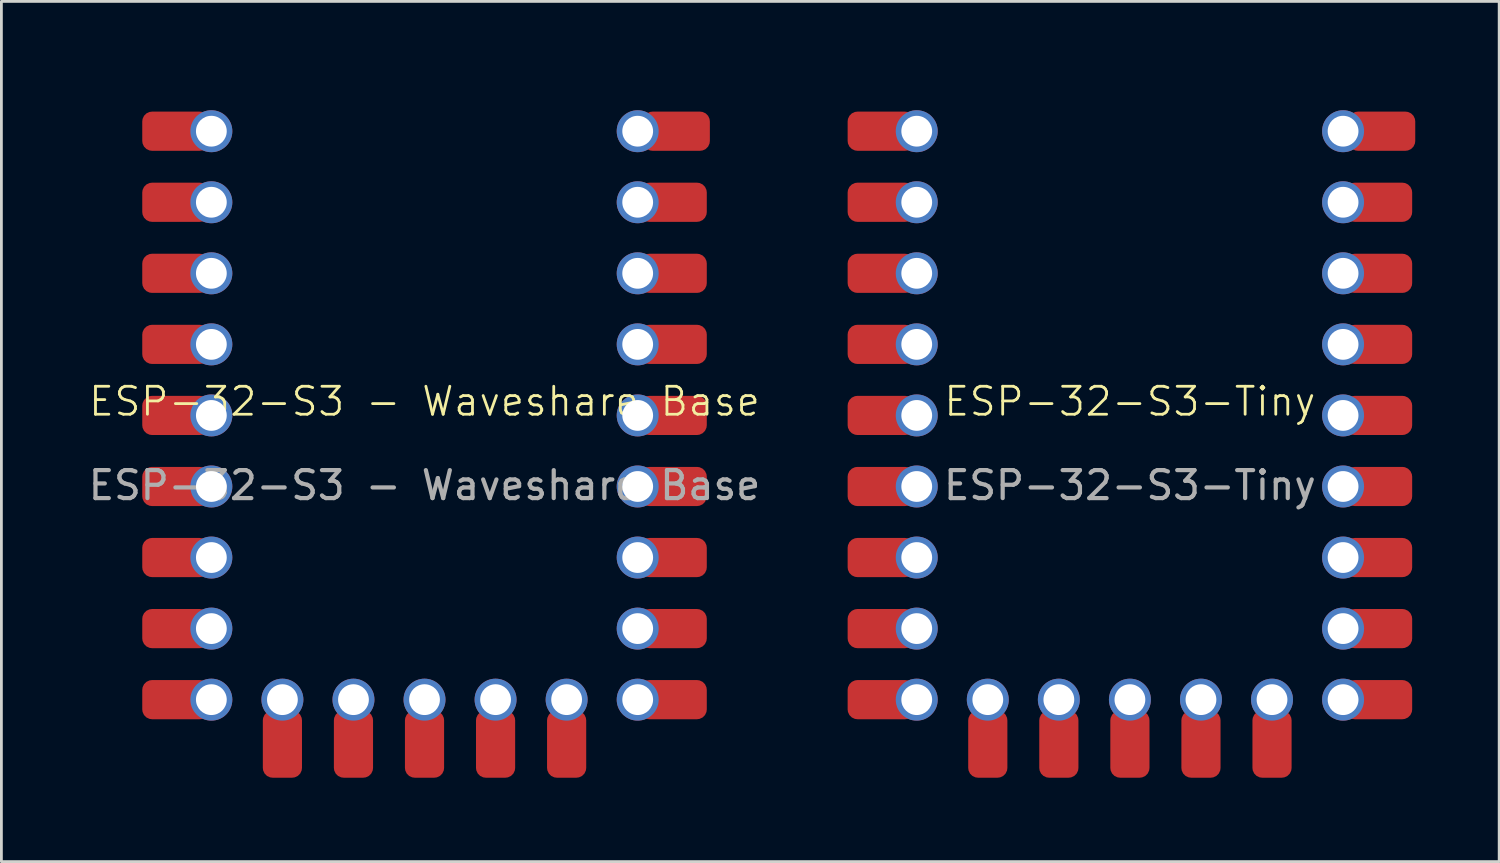
<source format=kicad_pcb>
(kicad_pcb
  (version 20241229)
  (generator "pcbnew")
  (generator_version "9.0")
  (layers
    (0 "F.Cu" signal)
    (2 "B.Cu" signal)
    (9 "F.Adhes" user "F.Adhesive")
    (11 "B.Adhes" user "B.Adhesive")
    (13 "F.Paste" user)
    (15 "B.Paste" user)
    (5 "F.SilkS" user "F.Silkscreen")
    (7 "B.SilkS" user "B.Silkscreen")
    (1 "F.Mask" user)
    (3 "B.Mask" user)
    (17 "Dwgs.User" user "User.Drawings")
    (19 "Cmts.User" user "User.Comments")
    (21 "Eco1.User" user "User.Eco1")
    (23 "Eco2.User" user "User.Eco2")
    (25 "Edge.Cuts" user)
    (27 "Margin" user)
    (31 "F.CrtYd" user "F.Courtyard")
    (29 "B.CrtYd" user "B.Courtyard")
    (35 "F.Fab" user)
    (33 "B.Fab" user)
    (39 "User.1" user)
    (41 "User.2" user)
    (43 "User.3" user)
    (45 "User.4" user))
  (footprint "ESP-32-S3-Tiny"
    (layer "F.Cu")
    (at 37.34 11.8)
    (property "Reference" "ESP-32-S3-Tiny" (at 0 -0.5 0) (unlocked yes) (layer "F.SilkS") (effects (font (size 1 1) (thickness 0.1))))
    (attr smd)
    (fp_rect (start -9 -11.75) (end 9 11.75) (stroke (width 0.1) (type solid)) (fill no) (layer "Margin"))
    (fp_text user "${REFERENCE}" (at 0 2.5 0) (unlocked yes) (layer "F.Fab") (effects (font (size 1 1) (thickness 0.15))))
    (pad "1" smd roundrect (at -8.89 -2.54) (size 2.4 1.4) (layers "F.Cu" "F.Mask" "F.Paste") (roundrect_rratio 0.25))
    (pad "1" thru_hole circle (at -7.62 -2.54) (size 1.5 1.5) (drill 1.1) (layers "*.Cu" "*.Mask"))
    (pad "2" smd roundrect (at -8.89 0) (size 2.4 1.4) (layers "F.Cu" "F.Mask" "F.Paste") (roundrect_rratio 0.25))
    (pad "2" thru_hole circle (at -7.62 0) (size 1.5 1.5) (drill 1.1) (layers "*.Cu" "*.Mask"))
    (pad "3" smd roundrect (at -8.89 2.54) (size 2.4 1.4) (layers "F.Cu" "F.Mask" "F.Paste") (roundrect_rratio 0.25))
    (pad "3" thru_hole circle (at -7.62 2.54) (size 1.5 1.5) (drill 1.1) (layers "*.Cu" "*.Mask"))
    (pad "3V3" smd roundrect (at -8.89 -5.08) (size 2.4 1.4) (layers "F.Cu" "F.Mask" "F.Paste") (roundrect_rratio 0.25))
    (pad "3V3" thru_hole circle (at -7.62 -5.08) (size 1.5 1.5) (drill 1.1) (layers "*.Cu" "*.Mask"))
    (pad "4" smd roundrect (at -8.89 5.08) (size 2.4 1.4) (layers "F.Cu" "F.Mask" "F.Paste") (roundrect_rratio 0.25))
    (pad "4" thru_hole circle (at -7.62 5.08) (size 1.5 1.5) (drill 1.1) (layers "*.Cu" "*.Mask"))
    (pad "5" smd roundrect (at -8.89 7.62) (size 2.4 1.4) (layers "F.Cu" "F.Mask" "F.Paste") (roundrect_rratio 0.25))
    (pad "5" thru_hole circle (at -7.62 7.62) (size 1.5 1.5) (drill 1.1) (layers "*.Cu" "*.Mask"))
    (pad "5V" smd roundrect (at -8.89 -10.16) (size 2.4 1.4) (layers "F.Cu" "F.Mask" "F.Paste") (roundrect_rratio 0.25))
    (pad "5V" thru_hole circle (at -7.62 -10.16) (size 1.5 1.5) (drill 1.1) (layers "*.Cu" "*.Mask"))
    (pad "6" smd roundrect (at -8.89 10.16) (size 2.4 1.4) (layers "F.Cu" "F.Mask" "F.Paste") (roundrect_rratio 0.25))
    (pad "6" thru_hole circle (at -7.62 10.16) (size 1.5 1.5) (drill 1.1) (layers "*.Cu" "*.Mask"))
    (pad "7" thru_hole circle (at -5.08 10.16) (size 1.5 1.5) (drill 1.1) (layers "*.Cu" "*.Mask"))
    (pad "7" smd roundrect (at -5.08 11.75 90) (size 2.4 1.4) (layers "F.Cu" "F.Mask" "F.Paste") (roundrect_rratio 0.25))
    (pad "8" thru_hole circle (at -2.54 10.16) (size 1.5 1.5) (drill 1.1) (layers "*.Cu" "*.Mask"))
    (pad "8" smd roundrect (at -2.54 11.75 90) (size 2.4 1.4) (layers "F.Cu" "F.Mask" "F.Paste") (roundrect_rratio 0.25))
    (pad "9" thru_hole circle (at 0 10.16) (size 1.5 1.5) (drill 1.1) (layers "*.Cu" "*.Mask"))
    (pad "9" smd roundrect (at 0 11.75 90) (size 2.4 1.4) (layers "F.Cu" "F.Mask" "F.Paste") (roundrect_rratio 0.25))
    (pad "10" thru_hole circle (at 2.54 10.16) (size 1.5 1.5) (drill 1.1) (layers "*.Cu" "*.Mask"))
    (pad "10" smd roundrect (at 2.54 11.75 90) (size 2.4 1.4) (layers "F.Cu" "F.Mask" "F.Paste") (roundrect_rratio 0.25))
    (pad "11" thru_hole circle (at 5.08 10.16) (size 1.5 1.5) (drill 1.1) (layers "*.Cu" "*.Mask"))
    (pad "11" smd roundrect (at 5.08 11.75 90) (size 2.4 1.4) (layers "F.Cu" "F.Mask" "F.Paste") (roundrect_rratio 0.25))
    (pad "12" thru_hole circle (at 7.62 10.16) (size 1.5 1.5) (drill 1.1) (layers "*.Cu" "*.Mask"))
    (pad "12" smd roundrect (at 8.89 10.16) (size 2.4 1.4) (layers "F.Cu" "F.Mask" "F.Paste") (roundrect_rratio 0.25))
    (pad "13" thru_hole circle (at 7.62 7.62) (size 1.5 1.5) (drill 1.1) (layers "*.Cu" "*.Mask"))
    (pad "13" smd roundrect (at 8.89 7.62) (size 2.4 1.4) (layers "F.Cu" "F.Mask" "F.Paste") (roundrect_rratio 0.25))
    (pad "14" thru_hole circle (at 7.62 5.08) (size 1.5 1.5) (drill 1.1) (layers "*.Cu" "*.Mask"))
    (pad "14" smd roundrect (at 8.89 5.08) (size 2.4 1.4) (layers "F.Cu" "F.Mask" "F.Paste") (roundrect_rratio 0.25))
    (pad "15" thru_hole circle (at 7.62 2.54) (size 1.5 1.5) (drill 1.1) (layers "*.Cu" "*.Mask"))
    (pad "15" smd roundrect (at 8.89 2.54) (size 2.4 1.4) (layers "F.Cu" "F.Mask" "F.Paste") (roundrect_rratio 0.25))
    (pad "16" thru_hole circle (at 7.62 0) (size 1.5 1.5) (drill 1.1) (layers "*.Cu" "*.Mask"))
    (pad "16" smd roundrect (at 8.89 0) (size 2.4 1.4) (layers "F.Cu" "F.Mask" "F.Paste") (roundrect_rratio 0.25))
    (pad "17" thru_hole circle (at 7.62 -2.54) (size 1.5 1.5) (drill 1.1) (layers "*.Cu" "*.Mask"))
    (pad "17" smd roundrect (at 8.89 -2.54) (size 2.4 1.4) (layers "F.Cu" "F.Mask" "F.Paste") (roundrect_rratio 0.25))
    (pad "18" thru_hole circle (at 7.62 -5.08) (size 1.5 1.5) (drill 1.1) (layers "*.Cu" "*.Mask"))
    (pad "18" smd roundrect (at 8.89 -5.08) (size 2.4 1.4) (layers "F.Cu" "F.Mask" "F.Paste") (roundrect_rratio 0.25))
    (pad "GND" smd roundrect (at -8.89 -7.62) (size 2.4 1.4) (layers "F.Cu" "F.Mask" "F.Paste") (roundrect_rratio 0.25))
    (pad "GND" thru_hole circle (at -7.62 -7.62) (size 1.5 1.5) (drill 1.1) (layers "*.Cu" "*.Mask"))
    (pad "RX" thru_hole circle (at 7.62 -7.62) (size 1.5 1.5) (drill 1.1) (layers "*.Cu" "*.Mask"))
    (pad "RX" smd roundrect (at 8.89 -7.62) (size 2.4 1.4) (layers "F.Cu" "F.Mask" "F.Paste") (roundrect_rratio 0.25))
    (pad "TX" thru_hole circle (at 7.62 -10.16) (size 1.5 1.5) (drill 1.1) (layers "*.Cu" "*.Mask"))
    (pad "TX" smd roundrect (at 9 -10.16) (size 2.4 1.4) (layers "F.Cu" "F.Mask" "F.Paste") (roundrect_rratio 0.25)))
  (footprint "ESP-32-S3 - Waveshare Base"
    (layer "F.Cu")
    (at 12.125 11.8)
    (property "Reference" "ESP-32-S3 - Waveshare Base" (at 0 -0.5 0) (unlocked yes) (layer "F.SilkS") (effects (font (size 1 1) (thickness 0.1))))
    (attr smd)
    (fp_rect (start -9 -11.75) (end 9 11.75) (stroke (width 0.1) (type solid)) (fill no) (layer "Margin"))
    (fp_text user "${REFERENCE}" (at 0 2.5 0) (unlocked yes) (layer "F.Fab") (effects (font (size 1 1) (thickness 0.15))))
    (pad "1" smd roundrect (at -8.89 -2.54) (size 2.4 1.4) (layers "F.Cu" "F.Mask" "F.Paste") (roundrect_rratio 0.25))
    (pad "2" smd roundrect (at -8.89 0) (size 2.4 1.4) (layers "F.Cu" "F.Mask" "F.Paste") (roundrect_rratio 0.25))
    (pad "3" smd roundrect (at -8.89 2.54) (size 2.4 1.4) (layers "F.Cu" "F.Mask" "F.Paste") (roundrect_rratio 0.25))
    (pad "3V3" smd roundrect (at -8.89 -5.08) (size 2.4 1.4) (layers "F.Cu" "F.Mask" "F.Paste") (roundrect_rratio 0.25))
    (pad "4" smd roundrect (at -8.89 5.08) (size 2.4 1.4) (layers "F.Cu" "F.Mask" "F.Paste") (roundrect_rratio 0.25))
    (pad "5" smd roundrect (at -8.89 7.62) (size 2.4 1.4) (layers "F.Cu" "F.Mask" "F.Paste") (roundrect_rratio 0.25))
    (pad "5V" smd roundrect (at -8.89 -10.16) (size 2.4 1.4) (layers "F.Cu" "F.Mask" "F.Paste") (roundrect_rratio 0.25))
    (pad "6" smd roundrect (at -8.89 10.16) (size 2.4 1.4) (layers "F.Cu" "F.Mask" "F.Paste") (roundrect_rratio 0.25))
    (pad "6" thru_hole circle (at -7.62 -10.16) (size 1.5 1.5) (drill 1.1) (layers "*.Cu" "*.Mask"))
    (pad "6" thru_hole circle (at -7.62 -7.62) (size 1.5 1.5) (drill 1.1) (layers "*.Cu" "*.Mask"))
    (pad "6" thru_hole circle (at -7.62 -5.08) (size 1.5 1.5) (drill 1.1) (layers "*.Cu" "*.Mask"))
    (pad "6" thru_hole circle (at -7.62 -2.54) (size 1.5 1.5) (drill 1.1) (layers "*.Cu" "*.Mask"))
    (pad "6" thru_hole circle (at -7.62 0) (size 1.5 1.5) (drill 1.1) (layers "*.Cu" "*.Mask"))
    (pad "6" thru_hole circle (at -7.62 2.54) (size 1.5 1.5) (drill 1.1) (layers "*.Cu" "*.Mask"))
    (pad "6" thru_hole circle (at -7.62 5.08) (size 1.5 1.5) (drill 1.1) (layers "*.Cu" "*.Mask"))
    (pad "6" thru_hole circle (at -7.62 7.62) (size 1.5 1.5) (drill 1.1) (layers "*.Cu" "*.Mask"))
    (pad "6" thru_hole circle (at -7.62 10.16) (size 1.5 1.5) (drill 1.1) (layers "*.Cu" "*.Mask"))
    (pad "6" thru_hole circle (at -5.08 10.16) (size 1.5 1.5) (drill 1.1) (layers "*.Cu" "*.Mask"))
    (pad "6" thru_hole circle (at -2.54 10.16) (size 1.5 1.5) (drill 1.1) (layers "*.Cu" "*.Mask"))
    (pad "6" thru_hole circle (at 0 10.16) (size 1.5 1.5) (drill 1.1) (layers "*.Cu" "*.Mask"))
    (pad "6" thru_hole circle (at 2.54 10.16) (size 1.5 1.5) (drill 1.1) (layers "*.Cu" "*.Mask"))
    (pad "6" thru_hole circle (at 5.08 10.16) (size 1.5 1.5) (drill 1.1) (layers "*.Cu" "*.Mask"))
    (pad "6" thru_hole circle (at 7.62 -10.16) (size 1.5 1.5) (drill 1.1) (layers "*.Cu" "*.Mask"))
    (pad "6" thru_hole circle (at 7.62 -7.62) (size 1.5 1.5) (drill 1.1) (layers "*.Cu" "*.Mask"))
    (pad "6" thru_hole circle (at 7.62 -5.08) (size 1.5 1.5) (drill 1.1) (layers "*.Cu" "*.Mask"))
    (pad "6" thru_hole circle (at 7.62 -2.54) (size 1.5 1.5) (drill 1.1) (layers "*.Cu" "*.Mask"))
    (pad "6" thru_hole circle (at 7.62 0) (size 1.5 1.5) (drill 1.1) (layers "*.Cu" "*.Mask"))
    (pad "6" thru_hole circle (at 7.62 2.54) (size 1.5 1.5) (drill 1.1) (layers "*.Cu" "*.Mask"))
    (pad "6" thru_hole circle (at 7.62 5.08) (size 1.5 1.5) (drill 1.1) (layers "*.Cu" "*.Mask"))
    (pad "6" thru_hole circle (at 7.62 7.62) (size 1.5 1.5) (drill 1.1) (layers "*.Cu" "*.Mask"))
    (pad "6" thru_hole circle (at 7.62 10.16) (size 1.5 1.5) (drill 1.1) (layers "*.Cu" "*.Mask"))
    (pad "GND" smd roundrect (at -8.89 -7.62) (size 2.4 1.4) (layers "F.Cu" "F.Mask" "F.Paste") (roundrect_rratio 0.25))
    (pad "RX" smd roundrect (at 8.89 -7.62) (size 2.4 1.4) (layers "F.Cu" "F.Mask" "F.Paste") (roundrect_rratio 0.25))
    (pad "TX" smd roundrect (at -5.08 11.75 90) (size 2.4 1.4) (layers "F.Cu" "F.Mask" "F.Paste") (roundrect_rratio 0.25))
    (pad "TX" smd roundrect (at -2.54 11.75 90) (size 2.4 1.4) (layers "F.Cu" "F.Mask" "F.Paste") (roundrect_rratio 0.25))
    (pad "TX" smd roundrect (at 0 11.75 90) (size 2.4 1.4) (layers "F.Cu" "F.Mask" "F.Paste") (roundrect_rratio 0.25))
    (pad "TX" smd roundrect (at 2.54 11.75 90) (size 2.4 1.4) (layers "F.Cu" "F.Mask" "F.Paste") (roundrect_rratio 0.25))
    (pad "TX" smd roundrect (at 5.08 11.75 90) (size 2.4 1.4) (layers "F.Cu" "F.Mask" "F.Paste") (roundrect_rratio 0.25))
    (pad "TX" smd roundrect (at 8.89 -5.08) (size 2.4 1.4) (layers "F.Cu" "F.Mask" "F.Paste") (roundrect_rratio 0.25))
    (pad "TX" smd roundrect (at 8.89 -2.54) (size 2.4 1.4) (layers "F.Cu" "F.Mask" "F.Paste") (roundrect_rratio 0.25))
    (pad "TX" smd roundrect (at 8.89 0) (size 2.4 1.4) (layers "F.Cu" "F.Mask" "F.Paste") (roundrect_rratio 0.25))
    (pad "TX" smd roundrect (at 8.89 2.54) (size 2.4 1.4) (layers "F.Cu" "F.Mask" "F.Paste") (roundrect_rratio 0.25))
    (pad "TX" smd roundrect (at 8.89 5.08) (size 2.4 1.4) (layers "F.Cu" "F.Mask" "F.Paste") (roundrect_rratio 0.25))
    (pad "TX" smd roundrect (at 8.89 7.62) (size 2.4 1.4) (layers "F.Cu" "F.Mask" "F.Paste") (roundrect_rratio 0.25))
    (pad "TX" smd roundrect (at 8.89 10.16) (size 2.4 1.4) (layers "F.Cu" "F.Mask" "F.Paste") (roundrect_rratio 0.25))
    (pad "TX" smd roundrect (at 9 -10.16) (size 2.4 1.4) (layers "F.Cu" "F.Mask" "F.Paste") (roundrect_rratio 0.25)))
  (gr_rect
    (start -3 -3)
    (end 50.54 27.75)
    (stroke (width 0.1) (type default))
    (fill no)
    (layer "Edge.Cuts")))
</source>
